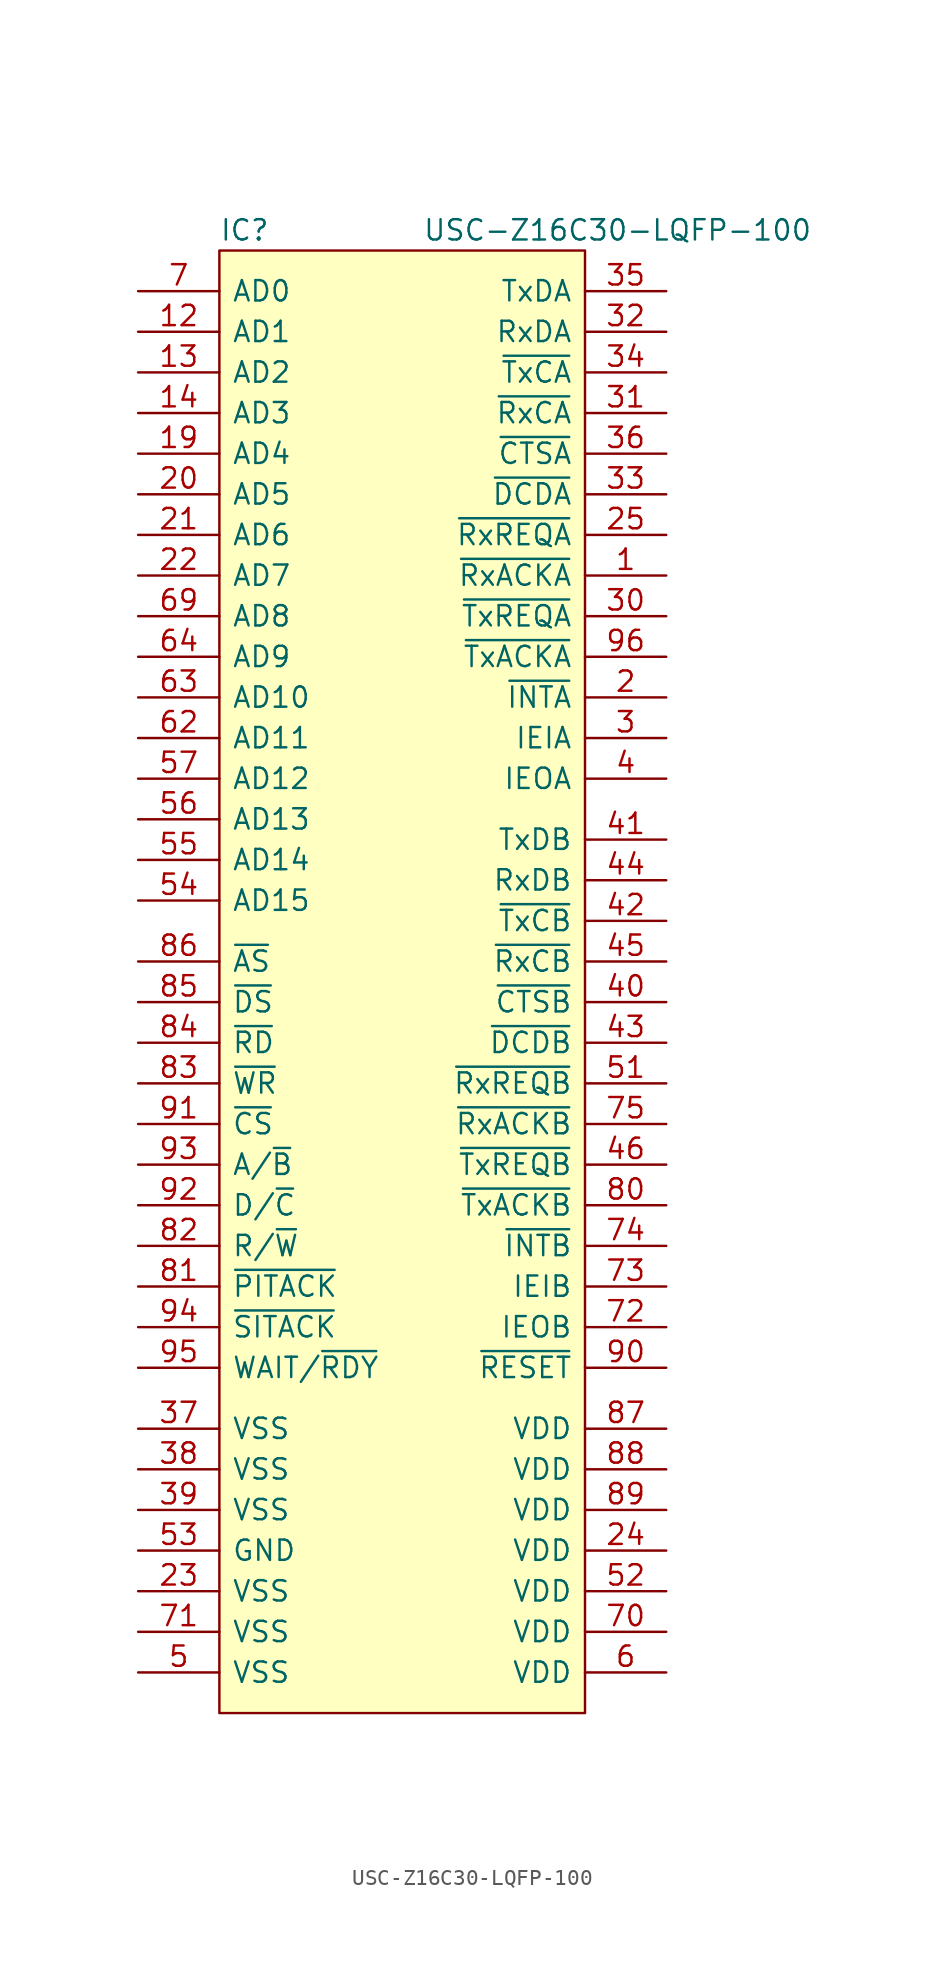
<source format=kicad_sym>
(kicad_symbol_lib
  (version 20211014)
  (generator kicad_symbol_editor)
  (symbol "USC-Z16C30-LQFP-100"
    (pin_names
      (offset 0.762))
    (property "Reference" "IC"
      (at 0 1.27 0)
      (effects (font (size 1.27 1.27)) (justify left)))
    (property "Value" "USC-Z16C30-LQFP-100"
      (at 12.7 1.27 0)
      (effects (font (size 1.27 1.27)) (justify left)))
    (symbol "USC-Z16C30-LQFP-100_0_0"
      (pin bidirectional line (at 27.94 -20.32 180) (length 5.08) (name "~{RxACKA}" (effects (font (size 1.27 1.27)))) (number "1" (effects (font (size 1.27 1.27)))))
      (pin bidirectional line (at -5.08 -5.08 0) (length 5.08) (name "AD1" (effects (font (size 1.27 1.27)))) (number "12" (effects (font (size 1.27 1.27)))))
      (pin bidirectional line (at -5.08 -7.62 0) (length 5.08) (name "AD2" (effects (font (size 1.27 1.27)))) (number "13" (effects (font (size 1.27 1.27)))))
      (pin bidirectional line (at -5.08 -10.16 0) (length 5.08) (name "AD3" (effects (font (size 1.27 1.27)))) (number "14" (effects (font (size 1.27 1.27)))))
      (pin bidirectional line (at -5.08 -12.7 0) (length 5.08) (name "AD4" (effects (font (size 1.27 1.27)))) (number "19" (effects (font (size 1.27 1.27)))))
      (pin output line (at 27.94 -27.94 180) (length 5.08) (name "~{INTA}" (effects (font (size 1.27 1.27)))) (number "2" (effects (font (size 1.27 1.27)))))
      (pin bidirectional line (at -5.08 -15.24 0) (length 5.08) (name "AD5" (effects (font (size 1.27 1.27)))) (number "20" (effects (font (size 1.27 1.27)))))
      (pin bidirectional line (at -5.08 -17.78 0) (length 5.08) (name "AD6" (effects (font (size 1.27 1.27)))) (number "21" (effects (font (size 1.27 1.27)))))
      (pin bidirectional line (at -5.08 -20.32 0) (length 5.08) (name "AD7" (effects (font (size 1.27 1.27)))) (number "22" (effects (font (size 1.27 1.27)))))
      (pin power_in line (at -5.08 -83.82 0) (length 5.08) (name "VSS" (effects (font (size 1.27 1.27)))) (number "23" (effects (font (size 1.27 1.27)))))
      (pin power_in line (at 27.94 -81.28 180) (length 5.08) (name "VDD" (effects (font (size 1.27 1.27)))) (number "24" (effects (font (size 1.27 1.27)))))
      (pin bidirectional line (at 27.94 -17.78 180) (length 5.08) (name "~{RxREQA}" (effects (font (size 1.27 1.27)))) (number "25" (effects (font (size 1.27 1.27)))))
      (pin input line (at 27.94 -30.48 180) (length 5.08) (name "IEIA" (effects (font (size 1.27 1.27)))) (number "3" (effects (font (size 1.27 1.27)))))
      (pin bidirectional line (at 27.94 -22.86 180) (length 5.08) (name "~{TxREQA}" (effects (font (size 1.27 1.27)))) (number "30" (effects (font (size 1.27 1.27)))))
      (pin bidirectional line (at 27.94 -10.16 180) (length 5.08) (name "~{RxCA}" (effects (font (size 1.27 1.27)))) (number "31" (effects (font (size 1.27 1.27)))))
      (pin input line (at 27.94 -5.08 180) (length 5.08) (name "RxDA" (effects (font (size 1.27 1.27)))) (number "32" (effects (font (size 1.27 1.27)))))
      (pin bidirectional line (at 27.94 -15.24 180) (length 5.08) (name "~{DCDA}" (effects (font (size 1.27 1.27)))) (number "33" (effects (font (size 1.27 1.27)))))
      (pin bidirectional line (at 27.94 -7.62 180) (length 5.08) (name "~{TxCA}" (effects (font (size 1.27 1.27)))) (number "34" (effects (font (size 1.27 1.27)))))
      (pin output line (at 27.94 -2.54 180) (length 5.08) (name "TxDA" (effects (font (size 1.27 1.27)))) (number "35" (effects (font (size 1.27 1.27)))))
      (pin bidirectional line (at 27.94 -12.7 180) (length 5.08) (name "~{CTSA}" (effects (font (size 1.27 1.27)))) (number "36" (effects (font (size 1.27 1.27)))))
      (pin power_in line (at -5.08 -73.66 0) (length 5.08) (name "VSS" (effects (font (size 1.27 1.27)))) (number "37" (effects (font (size 1.27 1.27)))))
      (pin power_in line (at -5.08 -76.2 0) (length 5.08) (name "VSS" (effects (font (size 1.27 1.27)))) (number "38" (effects (font (size 1.27 1.27)))))
      (pin power_in line (at -5.08 -78.74 0) (length 5.08) (name "VSS" (effects (font (size 1.27 1.27)))) (number "39" (effects (font (size 1.27 1.27)))))
      (pin output line (at 27.94 -33.02 180) (length 5.08) (name "IEOA" (effects (font (size 1.27 1.27)))) (number "4" (effects (font (size 1.27 1.27)))))
      (pin bidirectional line (at 27.94 -46.99 180) (length 5.08) (name "~{CTSB}" (effects (font (size 1.27 1.27)))) (number "40" (effects (font (size 1.27 1.27)))))
      (pin output line (at 27.94 -36.83 180) (length 5.08) (name "TxDB" (effects (font (size 1.27 1.27)))) (number "41" (effects (font (size 1.27 1.27)))))
      (pin bidirectional line (at 27.94 -41.91 180) (length 5.08) (name "~{TxCB}" (effects (font (size 1.27 1.27)))) (number "42" (effects (font (size 1.27 1.27)))))
      (pin bidirectional line (at 27.94 -49.53 180) (length 5.08) (name "~{DCDB}" (effects (font (size 1.27 1.27)))) (number "43" (effects (font (size 1.27 1.27)))))
      (pin input line (at 27.94 -39.37 180) (length 5.08) (name "RxDB" (effects (font (size 1.27 1.27)))) (number "44" (effects (font (size 1.27 1.27)))))
      (pin bidirectional line (at 27.94 -44.45 180) (length 5.08) (name "~{RxCB}" (effects (font (size 1.27 1.27)))) (number "45" (effects (font (size 1.27 1.27)))))
      (pin bidirectional line (at 27.94 -57.15 180) (length 5.08) (name "~{TxREQB}" (effects (font (size 1.27 1.27)))) (number "46" (effects (font (size 1.27 1.27)))))
      (pin power_in line (at -5.08 -88.9 0) (length 5.08) (name "VSS" (effects (font (size 1.27 1.27)))) (number "5" (effects (font (size 1.27 1.27)))))
      (pin bidirectional line (at 27.94 -52.07 180) (length 5.08) (name "~{RxREQB}" (effects (font (size 1.27 1.27)))) (number "51" (effects (font (size 1.27 1.27)))))
      (pin power_in line (at 27.94 -83.82 180) (length 5.08) (name "VDD" (effects (font (size 1.27 1.27)))) (number "52" (effects (font (size 1.27 1.27)))))
      (pin power_in line (at -5.08 -81.28 0) (length 5.08) (name "GND" (effects (font (size 1.27 1.27)))) (number "53" (effects (font (size 1.27 1.27)))))
      (pin bidirectional line (at -5.08 -40.64 0) (length 5.08) (name "AD15" (effects (font (size 1.27 1.27)))) (number "54" (effects (font (size 1.27 1.27)))))
      (pin bidirectional line (at -5.08 -38.1 0) (length 5.08) (name "AD14" (effects (font (size 1.27 1.27)))) (number "55" (effects (font (size 1.27 1.27)))))
      (pin bidirectional line (at -5.08 -35.56 0) (length 5.08) (name "AD13" (effects (font (size 1.27 1.27)))) (number "56" (effects (font (size 1.27 1.27)))))
      (pin bidirectional line (at -5.08 -33.02 0) (length 5.08) (name "AD12" (effects (font (size 1.27 1.27)))) (number "57" (effects (font (size 1.27 1.27)))))
      (pin power_in line (at 27.94 -88.9 180) (length 5.08) (name "VDD" (effects (font (size 1.27 1.27)))) (number "6" (effects (font (size 1.27 1.27)))))
      (pin bidirectional line (at -5.08 -30.48 0) (length 5.08) (name "AD11" (effects (font (size 1.27 1.27)))) (number "62" (effects (font (size 1.27 1.27)))))
      (pin bidirectional line (at -5.08 -27.94 0) (length 5.08) (name "AD10" (effects (font (size 1.27 1.27)))) (number "63" (effects (font (size 1.27 1.27)))))
      (pin bidirectional line (at -5.08 -25.4 0) (length 5.08) (name "AD9" (effects (font (size 1.27 1.27)))) (number "64" (effects (font (size 1.27 1.27)))))
      (pin bidirectional line (at -5.08 -22.86 0) (length 5.08) (name "AD8" (effects (font (size 1.27 1.27)))) (number "69" (effects (font (size 1.27 1.27)))))
      (pin bidirectional line (at -5.08 -2.54 0) (length 5.08) (name "AD0" (effects (font (size 1.27 1.27)))) (number "7" (effects (font (size 1.27 1.27)))))
      (pin power_in line (at 27.94 -86.36 180) (length 5.08) (name "VDD" (effects (font (size 1.27 1.27)))) (number "70" (effects (font (size 1.27 1.27)))))
      (pin power_in line (at -5.08 -86.36 0) (length 5.08) (name "VSS" (effects (font (size 1.27 1.27)))) (number "71" (effects (font (size 1.27 1.27)))))
      (pin output line (at 27.94 -67.31 180) (length 5.08) (name "IEOB" (effects (font (size 1.27 1.27)))) (number "72" (effects (font (size 1.27 1.27)))))
      (pin input line (at 27.94 -64.77 180) (length 5.08) (name "IEIB" (effects (font (size 1.27 1.27)))) (number "73" (effects (font (size 1.27 1.27)))))
      (pin output line (at 27.94 -62.23 180) (length 5.08) (name "~{INTB}" (effects (font (size 1.27 1.27)))) (number "74" (effects (font (size 1.27 1.27)))))
      (pin bidirectional line (at 27.94 -54.61 180) (length 5.08) (name "~{RxACKB}" (effects (font (size 1.27 1.27)))) (number "75" (effects (font (size 1.27 1.27)))))
      (pin bidirectional line (at 27.94 -59.69 180) (length 5.08) (name "~{TxACKB}" (effects (font (size 1.27 1.27)))) (number "80" (effects (font (size 1.27 1.27)))))
      (pin input line (at -5.08 -64.77 0) (length 5.08) (name "~{PITACK}" (effects (font (size 1.27 1.27)))) (number "81" (effects (font (size 1.27 1.27)))))
      (pin input line (at -5.08 -62.23 0) (length 5.08) (name "R/~{W}" (effects (font (size 1.27 1.27)))) (number "82" (effects (font (size 1.27 1.27)))))
      (pin input line (at -5.08 -52.07 0) (length 5.08) (name "~{WR}" (effects (font (size 1.27 1.27)))) (number "83" (effects (font (size 1.27 1.27)))))
      (pin input line (at -5.08 -49.53 0) (length 5.08) (name "~{RD}" (effects (font (size 1.27 1.27)))) (number "84" (effects (font (size 1.27 1.27)))))
      (pin input line (at -5.08 -46.99 0) (length 5.08) (name "~{DS}" (effects (font (size 1.27 1.27)))) (number "85" (effects (font (size 1.27 1.27)))))
      (pin input line (at -5.08 -44.45 0) (length 5.08) (name "~{AS}" (effects (font (size 1.27 1.27)))) (number "86" (effects (font (size 1.27 1.27)))))
      (pin power_in line (at 27.94 -73.66 180) (length 5.08) (name "VDD" (effects (font (size 1.27 1.27)))) (number "87" (effects (font (size 1.27 1.27)))))
      (pin power_in line (at 27.94 -76.2 180) (length 5.08) (name "VDD" (effects (font (size 1.27 1.27)))) (number "88" (effects (font (size 1.27 1.27)))))
      (pin power_in line (at 27.94 -78.74 180) (length 5.08) (name "VDD" (effects (font (size 1.27 1.27)))) (number "89" (effects (font (size 1.27 1.27)))))
      (pin input line (at 27.94 -69.85 180) (length 5.08) (name "~{RESET}" (effects (font (size 1.27 1.27)))) (number "90" (effects (font (size 1.27 1.27)))))
      (pin input line (at -5.08 -54.61 0) (length 5.08) (name "~{CS}" (effects (font (size 1.27 1.27)))) (number "91" (effects (font (size 1.27 1.27)))))
      (pin input line (at -5.08 -59.69 0) (length 5.08) (name "D/~{C}" (effects (font (size 1.27 1.27)))) (number "92" (effects (font (size 1.27 1.27)))))
      (pin input line (at -5.08 -57.15 0) (length 5.08) (name "A/~{B}" (effects (font (size 1.27 1.27)))) (number "93" (effects (font (size 1.27 1.27)))))
      (pin input line (at -5.08 -67.31 0) (length 5.08) (name "~{SITACK}" (effects (font (size 1.27 1.27)))) (number "94" (effects (font (size 1.27 1.27)))))
      (pin output line (at -5.08 -69.85 0) (length 5.08) (name "WAIT/~{RDY}" (effects (font (size 1.27 1.27)))) (number "95" (effects (font (size 1.27 1.27)))))
      (pin bidirectional line (at 27.94 -25.4 180) (length 5.08) (name "~{TxACKA}" (effects (font (size 1.27 1.27)))) (number "96" (effects (font (size 1.27 1.27))))))
    (symbol "USC-Z16C30-LQFP-100_0_1"
      (rectangle (start 0 0) (end 22.86 -91.44) (stroke (width 0) (type default) (color 0 0 0 0)) (fill (type background))))))
</source>
